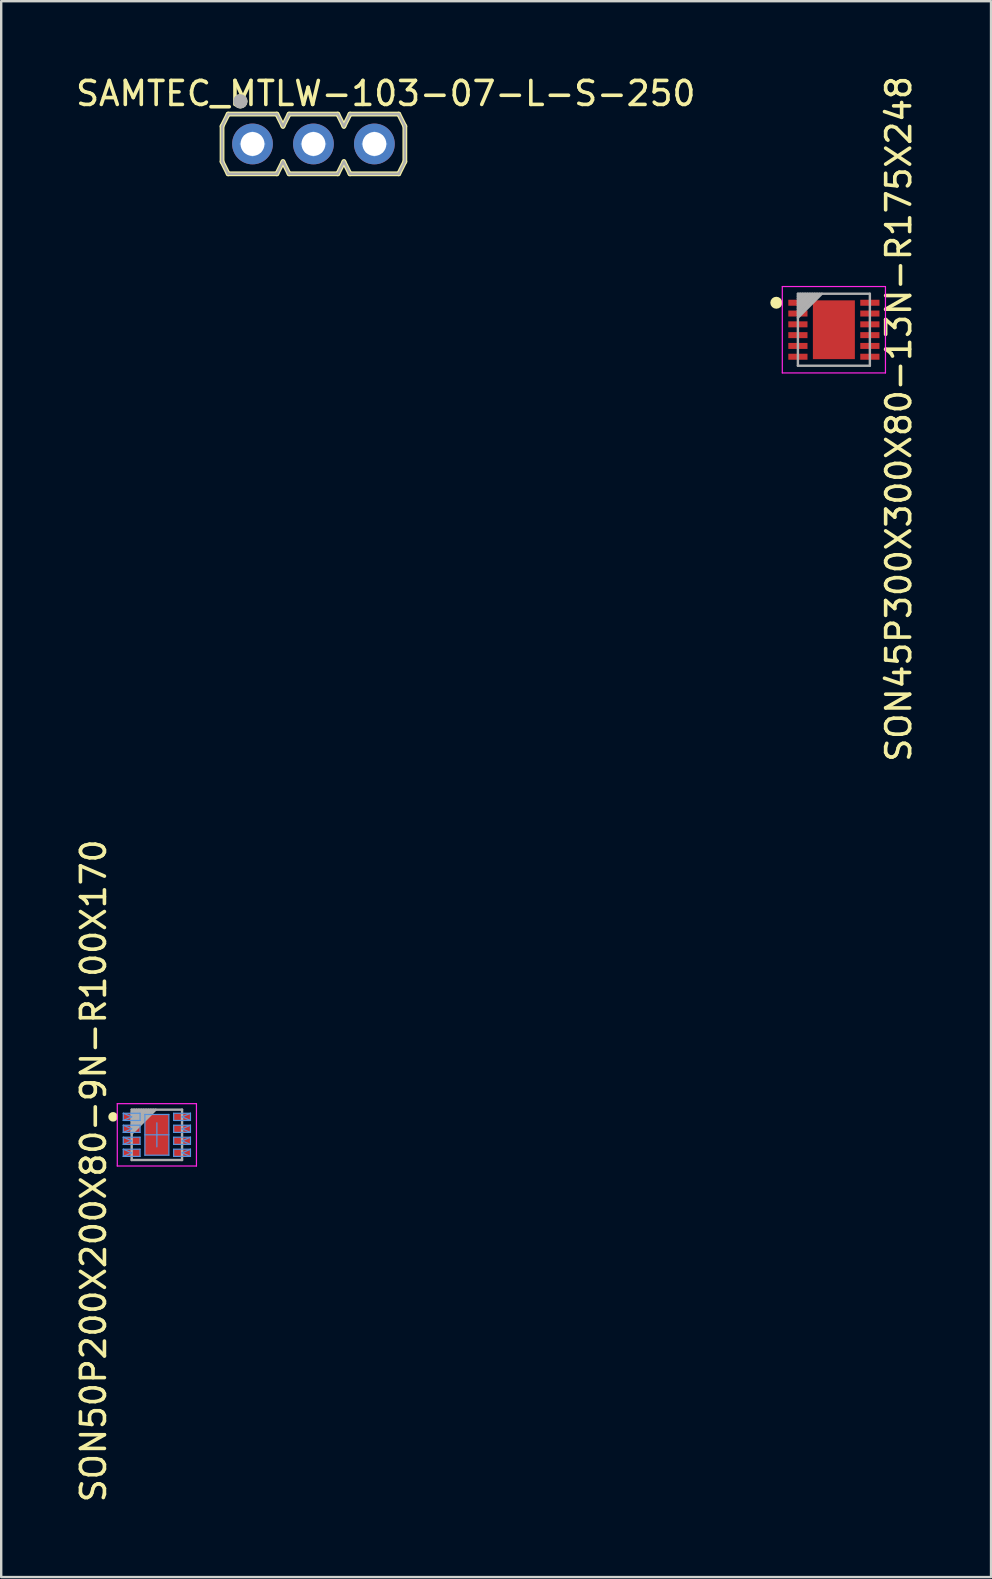
<source format=kicad_pcb>
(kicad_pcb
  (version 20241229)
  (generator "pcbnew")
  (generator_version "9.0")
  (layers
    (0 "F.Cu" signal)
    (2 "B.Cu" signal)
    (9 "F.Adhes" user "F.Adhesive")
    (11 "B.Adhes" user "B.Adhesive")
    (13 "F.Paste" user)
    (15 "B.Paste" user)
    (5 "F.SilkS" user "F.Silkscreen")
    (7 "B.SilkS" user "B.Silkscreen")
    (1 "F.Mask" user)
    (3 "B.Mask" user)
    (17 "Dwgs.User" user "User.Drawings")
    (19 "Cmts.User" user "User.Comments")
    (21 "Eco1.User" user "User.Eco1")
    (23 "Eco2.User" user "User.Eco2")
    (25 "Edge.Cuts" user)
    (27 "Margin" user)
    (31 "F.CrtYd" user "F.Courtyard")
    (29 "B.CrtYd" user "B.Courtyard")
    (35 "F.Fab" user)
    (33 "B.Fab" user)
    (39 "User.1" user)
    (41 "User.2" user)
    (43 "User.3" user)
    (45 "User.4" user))
  (footprint "SON50P200X200X80-9N-R100X170"
    (layer "F.Cu")
    (at 3.489 44.255)
    (property "Reference" "SON50P200X200X80-9N-R100X170" (at -2.641 1.501 270) (layer "F.SilkS") (effects (font (size 1 1) (thickness 0.15))))
    (attr smd)
    (fp_circle (center -1.825 -0.75) (end -1.725 -0.75) (stroke (width 0.2) (type solid)) (fill no) (layer "F.SilkS"))
    (fp_line (start -1.4 -0.9) (end -1.05 -0.75) (stroke (width 0.05) (type solid)) (layer "Cmts.User"))
    (fp_line (start -1.4 -0.9) (end -0.7 -0.9) (stroke (width 0.05) (type solid)) (layer "Cmts.User"))
    (fp_line (start -1.4 -0.6) (end -1.4 -0.9) (stroke (width 0.05) (type solid)) (layer "Cmts.User"))
    (fp_line (start -1.4 -0.6) (end -1.05 -0.75) (stroke (width 0.05) (type solid)) (layer "Cmts.User"))
    (fp_line (start -1.4 -0.6) (end -0.7 -0.6) (stroke (width 0.05) (type solid)) (layer "Cmts.User"))
    (fp_line (start -1.4 -0.4) (end -1.05 -0.25) (stroke (width 0.05) (type solid)) (layer "Cmts.User"))
    (fp_line (start -1.4 -0.4) (end -0.7 -0.4) (stroke (width 0.05) (type solid)) (layer "Cmts.User"))
    (fp_line (start -1.4 -0.1) (end -1.4 -0.4) (stroke (width 0.05) (type solid)) (layer "Cmts.User"))
    (fp_line (start -1.4 -0.1) (end -1.05 -0.25) (stroke (width 0.05) (type solid)) (layer "Cmts.User"))
    (fp_line (start -1.4 -0.1) (end -0.7 -0.1) (stroke (width 0.05) (type solid)) (layer "Cmts.User"))
    (fp_line (start -1.4 0.1) (end -1.05 0.25) (stroke (width 0.05) (type solid)) (layer "Cmts.User"))
    (fp_line (start -1.4 0.1) (end -0.7 0.1) (stroke (width 0.05) (type solid)) (layer "Cmts.User"))
    (fp_line (start -1.4 0.4) (end -1.4 0.1) (stroke (width 0.05) (type solid)) (layer "Cmts.User"))
    (fp_line (start -1.4 0.4) (end -1.05 0.25) (stroke (width 0.05) (type solid)) (layer "Cmts.User"))
    (fp_line (start -1.4 0.4) (end -0.7 0.4) (stroke (width 0.05) (type solid)) (layer "Cmts.User"))
    (fp_line (start -1.4 0.6) (end -1.05 0.75) (stroke (width 0.05) (type solid)) (layer "Cmts.User"))
    (fp_line (start -1.4 0.6) (end -0.7 0.6) (stroke (width 0.05) (type solid)) (layer "Cmts.User"))
    (fp_line (start -1.4 0.9) (end -1.4 0.6) (stroke (width 0.05) (type solid)) (layer "Cmts.User"))
    (fp_line (start -1.4 0.9) (end -1.05 0.75) (stroke (width 0.05) (type solid)) (layer "Cmts.User"))
    (fp_line (start -1.4 0.9) (end -0.7 0.9) (stroke (width 0.05) (type solid)) (layer "Cmts.User"))
    (fp_line (start -0.7 -0.6) (end -0.7 -0.9) (stroke (width 0.05) (type solid)) (layer "Cmts.User"))
    (fp_line (start -0.7 -0.1) (end -0.7 -0.4) (stroke (width 0.05) (type solid)) (layer "Cmts.User"))
    (fp_line (start -0.7 0.4) (end -0.7 0.1) (stroke (width 0.05) (type solid)) (layer "Cmts.User"))
    (fp_line (start -0.7 0.9) (end -0.7 0.6) (stroke (width 0.05) (type solid)) (layer "Cmts.User"))
    (fp_line (start -0.5 -0.85) (end 0.5 -0.85) (stroke (width 0.05) (type solid)) (layer "Cmts.User"))
    (fp_line (start -0.5 0) (end 0 0) (stroke (width 0.05) (type solid)) (layer "Cmts.User"))
    (fp_line (start -0.5 0.85) (end -0.5 -0.85) (stroke (width 0.05) (type solid)) (layer "Cmts.User"))
    (fp_line (start -0.5 0.85) (end 0.5 0.85) (stroke (width 0.05) (type solid)) (layer "Cmts.User"))
    (fp_line (start 0 0) (end 0 -0.5) (stroke (width 0.05) (type solid)) (layer "Cmts.User"))
    (fp_line (start 0 0) (end 0.5 0) (stroke (width 0.05) (type solid)) (layer "Cmts.User"))
    (fp_line (start 0 0.5) (end 0 0) (stroke (width 0.05) (type solid)) (layer "Cmts.User"))
    (fp_line (start 0.5 0.85) (end 0.5 -0.85) (stroke (width 0.05) (type solid)) (layer "Cmts.User"))
    (fp_line (start 0.7 -0.9) (end 1.4 -0.9) (stroke (width 0.05) (type solid)) (layer "Cmts.User"))
    (fp_line (start 0.7 -0.6) (end 0.7 -0.9) (stroke (width 0.05) (type solid)) (layer "Cmts.User"))
    (fp_line (start 0.7 -0.6) (end 1.4 -0.6) (stroke (width 0.05) (type solid)) (layer "Cmts.User"))
    (fp_line (start 0.7 -0.4) (end 1.4 -0.4) (stroke (width 0.05) (type solid)) (layer "Cmts.User"))
    (fp_line (start 0.7 -0.1) (end 0.7 -0.4) (stroke (width 0.05) (type solid)) (layer "Cmts.User"))
    (fp_line (start 0.7 -0.1) (end 1.4 -0.1) (stroke (width 0.05) (type solid)) (layer "Cmts.User"))
    (fp_line (start 0.7 0.1) (end 1.4 0.1) (stroke (width 0.05) (type solid)) (layer "Cmts.User"))
    (fp_line (start 0.7 0.4) (end 0.7 0.1) (stroke (width 0.05) (type solid)) (layer "Cmts.User"))
    (fp_line (start 0.7 0.4) (end 1.4 0.4) (stroke (width 0.05) (type solid)) (layer "Cmts.User"))
    (fp_line (start 0.7 0.6) (end 1.4 0.6) (stroke (width 0.05) (type solid)) (layer "Cmts.User"))
    (fp_line (start 0.7 0.9) (end 0.7 0.6) (stroke (width 0.05) (type solid)) (layer "Cmts.User"))
    (fp_line (start 0.7 0.9) (end 1.4 0.9) (stroke (width 0.05) (type solid)) (layer "Cmts.User"))
    (fp_line (start 1.05 -0.75) (end 1.4 -0.9) (stroke (width 0.05) (type solid)) (layer "Cmts.User"))
    (fp_line (start 1.05 -0.75) (end 1.4 -0.6) (stroke (width 0.05) (type solid)) (layer "Cmts.User"))
    (fp_line (start 1.05 -0.25) (end 1.4 -0.4) (stroke (width 0.05) (type solid)) (layer "Cmts.User"))
    (fp_line (start 1.05 -0.25) (end 1.4 -0.1) (stroke (width 0.05) (type solid)) (layer "Cmts.User"))
    (fp_line (start 1.05 0.25) (end 1.4 0.1) (stroke (width 0.05) (type solid)) (layer "Cmts.User"))
    (fp_line (start 1.05 0.25) (end 1.4 0.4) (stroke (width 0.05) (type solid)) (layer "Cmts.User"))
    (fp_line (start 1.05 0.75) (end 1.4 0.6) (stroke (width 0.05) (type solid)) (layer "Cmts.User"))
    (fp_line (start 1.05 0.75) (end 1.4 0.9) (stroke (width 0.05) (type solid)) (layer "Cmts.User"))
    (fp_line (start 1.4 -0.6) (end 1.4 -0.9) (stroke (width 0.05) (type solid)) (layer "Cmts.User"))
    (fp_line (start 1.4 -0.1) (end 1.4 -0.4) (stroke (width 0.05) (type solid)) (layer "Cmts.User"))
    (fp_line (start 1.4 0.4) (end 1.4 0.1) (stroke (width 0.05) (type solid)) (layer "Cmts.User"))
    (fp_line (start 1.4 0.9) (end 1.4 0.6) (stroke (width 0.05) (type solid)) (layer "Cmts.User"))
    (fp_line (start -1.65 -1.3) (end 1.65 -1.3) (stroke (width 0.05) (type solid)) (layer "F.CrtYd"))
    (fp_line (start -1.65 1.3) (end -1.65 -1.3) (stroke (width 0.05) (type solid)) (layer "F.CrtYd"))
    (fp_line (start -1.65 1.3) (end 1.65 1.3) (stroke (width 0.05) (type solid)) (layer "F.CrtYd"))
    (fp_line (start 1.65 1.3) (end 1.65 -1.3) (stroke (width 0.05) (type solid)) (layer "F.CrtYd"))
    (fp_line (start -1.05 -1.05) (end 1.05 -1.05) (stroke (width 0.1) (type solid)) (layer "F.Fab"))
    (fp_line (start -1.05 -0.95) (end -0.95 -1.05) (stroke (width 0.1) (type solid)) (layer "F.Fab"))
    (fp_line (start -1.05 -0.85) (end -0.85 -1.05) (stroke (width 0.1) (type solid)) (layer "F.Fab"))
    (fp_line (start -1.05 -0.75) (end -0.75 -1.05) (stroke (width 0.1) (type solid)) (layer "F.Fab"))
    (fp_line (start -1.05 -0.65) (end -0.65 -1.05) (stroke (width 0.1) (type solid)) (layer "F.Fab"))
    (fp_line (start -1.05 -0.55) (end -0.55 -1.05) (stroke (width 0.1) (type solid)) (layer "F.Fab"))
    (fp_line (start -1.05 -0.45) (end -0.45 -1.05) (stroke (width 0.1) (type solid)) (layer "F.Fab"))
    (fp_line (start -1.05 -0.35) (end -0.35 -1.05) (stroke (width 0.1) (type solid)) (layer "F.Fab"))
    (fp_line (start -1.05 -0.25) (end -0.25 -1.05) (stroke (width 0.1) (type solid)) (layer "F.Fab"))
    (fp_line (start -1.05 -0.15) (end -0.15 -1.05) (stroke (width 0.1) (type solid)) (layer "F.Fab"))
    (fp_line (start -1.05 -0.05) (end -0.05 -1.05) (stroke (width 0.1) (type solid)) (layer "F.Fab"))
    (fp_line (start -1.05 1.05) (end -1.05 -1.05) (stroke (width 0.1) (type solid)) (layer "F.Fab"))
    (fp_line (start -1.05 1.05) (end 1.05 1.05) (stroke (width 0.1) (type solid)) (layer "F.Fab"))
    (fp_line (start 1.05 1.05) (end 1.05 -1.05) (stroke (width 0.1) (type solid)) (layer "F.Fab"))
    (pad "1" smd rect (at -1.05 -0.75) (size 0.7 0.3) (layers "F.Cu" "F.Mask" "F.Paste"))
    (pad "2" smd rect (at -1.05 -0.25) (size 0.7 0.3) (layers "F.Cu" "F.Mask" "F.Paste"))
    (pad "3" smd rect (at -1.05 0.25) (size 0.7 0.3) (layers "F.Cu" "F.Mask" "F.Paste"))
    (pad "4" smd rect (at -1.05 0.75) (size 0.7 0.3) (layers "F.Cu" "F.Mask" "F.Paste"))
    (pad "5" smd rect (at 1.05 0.75) (size 0.7 0.3) (layers "F.Cu" "F.Mask" "F.Paste"))
    (pad "6" smd rect (at 1.05 0.25) (size 0.7 0.3) (layers "F.Cu" "F.Mask" "F.Paste"))
    (pad "7" smd rect (at 1.05 -0.25) (size 0.7 0.3) (layers "F.Cu" "F.Mask" "F.Paste"))
    (pad "8" smd rect (at 1.05 -0.75) (size 0.7 0.3) (layers "F.Cu" "F.Mask" "F.Paste"))
    (pad "9" smd rect (at 0 0 180) (size 1 1.7) (layers "F.Cu" "F.Mask" "F.Paste")))
  (footprint "SON45P300X300X80-13N-R175X248"
    (layer "F.Cu")
    (at 31.71 10.695)
    (property "Reference" "SON45P300X300X80-13N-R175X248" (at 2.703 3.716 270) (layer "F.SilkS") (effects (font (size 1 1) (thickness 0.15))))
    (attr smd)
    (fp_line (start -0.5 0) (end 0.5 0) (stroke (width 0.05) (type solid)) (layer "F.Mask"))
    (fp_line (start 0 0.5) (end 0 -0.5) (stroke (width 0.05) (type solid)) (layer "F.Mask"))
    (fp_circle (center 0 0) (end 0.35 0) (stroke (width 0.05) (type solid)) (fill no) (layer "F.Mask"))
    (fp_circle (center -2.4 -1.125) (end -2.275 -1.125) (stroke (width 0.25) (type solid)) (fill no) (layer "F.SilkS"))
    (fp_line (start -2.15 -1.8) (end 2.15 -1.8) (stroke (width 0.05) (type solid)) (layer "F.CrtYd"))
    (fp_line (start -2.15 1.8) (end -2.15 -1.8) (stroke (width 0.05) (type solid)) (layer "F.CrtYd"))
    (fp_line (start -2.15 1.8) (end 2.15 1.8) (stroke (width 0.05) (type solid)) (layer "F.CrtYd"))
    (fp_line (start 2.15 1.8) (end 2.15 -1.8) (stroke (width 0.05) (type solid)) (layer "F.CrtYd"))
    (fp_line (start -1.5 -1.5) (end 1.5 -1.5) (stroke (width 0.1) (type solid)) (layer "F.Fab"))
    (fp_line (start -1.5 -1.4) (end -1.4 -1.5) (stroke (width 0.1) (type solid)) (layer "F.Fab"))
    (fp_line (start -1.5 -1.3) (end -1.3 -1.5) (stroke (width 0.1) (type solid)) (layer "F.Fab"))
    (fp_line (start -1.5 -1.2) (end -1.2 -1.5) (stroke (width 0.1) (type solid)) (layer "F.Fab"))
    (fp_line (start -1.5 -1.1) (end -1.1 -1.5) (stroke (width 0.1) (type solid)) (layer "F.Fab"))
    (fp_line (start -1.5 -1) (end -1 -1.5) (stroke (width 0.1) (type solid)) (layer "F.Fab"))
    (fp_line (start -1.5 -0.9) (end -0.9 -1.5) (stroke (width 0.1) (type solid)) (layer "F.Fab"))
    (fp_line (start -1.5 -0.8) (end -0.8 -1.5) (stroke (width 0.1) (type solid)) (layer "F.Fab"))
    (fp_line (start -1.5 -0.7) (end -0.7 -1.5) (stroke (width 0.1) (type solid)) (layer "F.Fab"))
    (fp_line (start -1.5 -0.6) (end -0.6 -1.5) (stroke (width 0.1) (type solid)) (layer "F.Fab"))
    (fp_line (start -1.5 -0.5) (end -0.5 -1.5) (stroke (width 0.1) (type solid)) (layer "F.Fab"))
    (fp_line (start -1.5 1.5) (end -1.5 -1.5) (stroke (width 0.1) (type solid)) (layer "F.Fab"))
    (fp_line (start -1.5 1.5) (end 1.5 1.5) (stroke (width 0.1) (type solid)) (layer "F.Fab"))
    (fp_line (start 1.5 1.5) (end 1.5 -1.5) (stroke (width 0.1) (type solid)) (layer "F.Fab"))
    (pad "1" smd rect (at -1.5 -1.125) (size 0.8 0.25) (layers "F.Cu" "F.Mask" "F.Paste"))
    (pad "2" smd rect (at -1.5 -0.675) (size 0.8 0.25) (layers "F.Cu" "F.Mask" "F.Paste"))
    (pad "3" smd rect (at -1.5 -0.225) (size 0.8 0.25) (layers "F.Cu" "F.Mask" "F.Paste"))
    (pad "4" smd rect (at -1.5 0.225) (size 0.8 0.25) (layers "F.Cu" "F.Mask" "F.Paste"))
    (pad "5" smd rect (at -1.5 0.675) (size 0.8 0.25) (layers "F.Cu" "F.Mask" "F.Paste"))
    (pad "6" smd rect (at -1.5 1.125) (size 0.8 0.25) (layers "F.Cu" "F.Mask" "F.Paste"))
    (pad "7" smd rect (at 1.5 1.125) (size 0.8 0.25) (layers "F.Cu" "F.Mask" "F.Paste"))
    (pad "8" smd rect (at 1.5 0.675) (size 0.8 0.25) (layers "F.Cu" "F.Mask" "F.Paste"))
    (pad "9" smd rect (at 1.5 0.225) (size 0.8 0.25) (layers "F.Cu" "F.Mask" "F.Paste"))
    (pad "10" smd rect (at 1.5 -0.225) (size 0.8 0.25) (layers "F.Cu" "F.Mask" "F.Paste"))
    (pad "11" smd rect (at 1.5 -0.675) (size 0.8 0.25) (layers "F.Cu" "F.Mask" "F.Paste"))
    (pad "12" smd rect (at 1.5 -1.125) (size 0.8 0.25) (layers "F.Cu" "F.Mask" "F.Paste"))
    (pad "13" smd rect (at 0 0 90) (size 2.45 1.75) (layers "F.Cu" "F.Mask" "F.Paste")))
  (footprint "SAMTEC_MTLW-103-07-L-S-250"
    (layer "F.Cu")
    (at 7.476 2.951)
    (property "Reference" "SAMTEC_MTLW-103-07-L-S-250" (at 5.554 -2.103 0) (layer "F.SilkS") (effects (font (size 1 1) (thickness 0.15))))
    (attr through_hole)
    (fp_line (start -1.27 -0.737) (end -1.016 -1.245) (stroke (width 0.2) (type solid)) (layer "F.SilkS"))
    (fp_line (start -1.27 0.737) (end -1.27 -0.737) (stroke (width 0.2) (type solid)) (layer "F.SilkS"))
    (fp_line (start -1.27 0.737) (end -1.016 1.245) (stroke (width 0.2) (type solid)) (layer "F.SilkS"))
    (fp_line (start -1.016 -1.245) (end 1.016 -1.245) (stroke (width 0.2) (type solid)) (layer "F.SilkS"))
    (fp_line (start -1.016 1.245) (end 1.016 1.245) (stroke (width 0.2) (type solid)) (layer "F.SilkS"))
    (fp_line (start 1.016 -1.245) (end 1.27 -0.737) (stroke (width 0.2) (type solid)) (layer "F.SilkS"))
    (fp_line (start 1.016 1.245) (end 1.27 0.737) (stroke (width 0.2) (type solid)) (layer "F.SilkS"))
    (fp_line (start 1.27 -0.737) (end 1.524 -1.245) (stroke (width 0.2) (type solid)) (layer "F.SilkS"))
    (fp_line (start 1.27 0.737) (end 1.524 1.245) (stroke (width 0.2) (type solid)) (layer "F.SilkS"))
    (fp_line (start 1.524 -1.245) (end 3.556 -1.245) (stroke (width 0.2) (type solid)) (layer "F.SilkS"))
    (fp_line (start 1.524 1.245) (end 3.556 1.245) (stroke (width 0.2) (type solid)) (layer "F.SilkS"))
    (fp_line (start 3.556 -1.245) (end 3.81 -0.737) (stroke (width 0.2) (type solid)) (layer "F.SilkS"))
    (fp_line (start 3.556 1.245) (end 3.81 0.737) (stroke (width 0.2) (type solid)) (layer "F.SilkS"))
    (fp_line (start 3.81 -0.737) (end 4.064 -1.245) (stroke (width 0.2) (type solid)) (layer "F.SilkS"))
    (fp_line (start 3.81 0.737) (end 4.064 1.245) (stroke (width 0.2) (type solid)) (layer "F.SilkS"))
    (fp_line (start 4.064 -1.245) (end 6.096 -1.245) (stroke (width 0.2) (type solid)) (layer "F.SilkS"))
    (fp_line (start 4.064 1.245) (end 6.096 1.245) (stroke (width 0.2) (type solid)) (layer "F.SilkS"))
    (fp_line (start 6.096 -1.245) (end 6.35 -0.737) (stroke (width 0.2) (type solid)) (layer "F.SilkS"))
    (fp_line (start 6.096 1.245) (end 6.35 0.737) (stroke (width 0.2) (type solid)) (layer "F.SilkS"))
    (fp_line (start 6.35 0.737) (end 6.35 -0.737) (stroke (width 0.2) (type solid)) (layer "F.SilkS"))
    (fp_circle (center -0.508 -1.778) (end -0.358 -1.778) (stroke (width 0.3) (type solid)) (fill no) (layer "F.SilkS"))
    (fp_line (start -0.5 0) (end 0 0) (stroke (width 0.1) (type solid)) (layer "Cmts.User"))
    (fp_line (start 0 0) (end 0 -0.5) (stroke (width 0.1) (type solid)) (layer "Cmts.User"))
    (fp_line (start 0 0) (end 0.5 0) (stroke (width 0.1) (type solid)) (layer "Cmts.User"))
    (fp_line (start 0 0.5) (end 0 0) (stroke (width 0.1) (type solid)) (layer "Cmts.User"))
    (fp_line (start 2.04 0) (end 2.54 0) (stroke (width 0.1) (type solid)) (layer "Cmts.User"))
    (fp_line (start 2.54 0) (end 2.54 -0.5) (stroke (width 0.1) (type solid)) (layer "Cmts.User"))
    (fp_line (start 2.54 0) (end 3.04 0) (stroke (width 0.1) (type solid)) (layer "Cmts.User"))
    (fp_line (start 2.54 0.5) (end 2.54 0) (stroke (width 0.1) (type solid)) (layer "Cmts.User"))
    (fp_line (start 4.58 0) (end 5.08 0) (stroke (width 0.1) (type solid)) (layer "Cmts.User"))
    (fp_line (start 5.08 0) (end 5.08 -0.5) (stroke (width 0.1) (type solid)) (layer "Cmts.User"))
    (fp_line (start 5.08 0) (end 5.58 0) (stroke (width 0.1) (type solid)) (layer "Cmts.User"))
    (fp_line (start 5.08 0.5) (end 5.08 0) (stroke (width 0.1) (type solid)) (layer "Cmts.User"))
    (fp_line (start -1.27 -0.737) (end -1.016 -1.245) (stroke (width 0.1) (type solid)) (layer "F.Fab"))
    (fp_line (start -1.27 0.737) (end -1.27 -0.737) (stroke (width 0.1) (type solid)) (layer "F.Fab"))
    (fp_line (start -1.27 0.737) (end -1.016 1.245) (stroke (width 0.1) (type solid)) (layer "F.Fab"))
    (fp_line (start -1.016 -1.245) (end 1.016 -1.245) (stroke (width 0.1) (type solid)) (layer "F.Fab"))
    (fp_line (start -1.016 1.245) (end 1.016 1.245) (stroke (width 0.1) (type solid)) (layer "F.Fab"))
    (fp_line (start -0.317 -0.318) (end 0.318 -0.318) (stroke (width 0.1) (type solid)) (layer "F.Fab"))
    (fp_line (start -0.317 0.318) (end -0.317 -0.318) (stroke (width 0.1) (type solid)) (layer "F.Fab"))
    (fp_line (start -0.317 0.318) (end 0.318 0.318) (stroke (width 0.1) (type solid)) (layer "F.Fab"))
    (fp_line (start 0.318 0.318) (end 0.318 -0.318) (stroke (width 0.1) (type solid)) (layer "F.Fab"))
    (fp_line (start 1.016 -1.245) (end 1.27 -0.737) (stroke (width 0.1) (type solid)) (layer "F.Fab"))
    (fp_line (start 1.016 1.245) (end 1.27 0.737) (stroke (width 0.1) (type solid)) (layer "F.Fab"))
    (fp_line (start 1.27 -0.737) (end 1.524 -1.245) (stroke (width 0.1) (type solid)) (layer "F.Fab"))
    (fp_line (start 1.27 0.737) (end 1.524 1.245) (stroke (width 0.1) (type solid)) (layer "F.Fab"))
    (fp_line (start 1.524 -1.245) (end 3.556 -1.245) (stroke (width 0.1) (type solid)) (layer "F.Fab"))
    (fp_line (start 1.524 1.245) (end 3.556 1.245) (stroke (width 0.1) (type solid)) (layer "F.Fab"))
    (fp_line (start 2.223 -0.318) (end 2.858 -0.318) (stroke (width 0.1) (type solid)) (layer "F.Fab"))
    (fp_line (start 2.223 0.318) (end 2.223 -0.318) (stroke (width 0.1) (type solid)) (layer "F.Fab"))
    (fp_line (start 2.223 0.318) (end 2.858 0.318) (stroke (width 0.1) (type solid)) (layer "F.Fab"))
    (fp_line (start 2.858 0.318) (end 2.858 -0.318) (stroke (width 0.1) (type solid)) (layer "F.Fab"))
    (fp_line (start 3.556 -1.245) (end 3.81 -0.737) (stroke (width 0.1) (type solid)) (layer "F.Fab"))
    (fp_line (start 3.556 1.245) (end 3.81 0.737) (stroke (width 0.1) (type solid)) (layer "F.Fab"))
    (fp_line (start 3.81 -0.737) (end 4.064 -1.245) (stroke (width 0.1) (type solid)) (layer "F.Fab"))
    (fp_line (start 3.81 0.737) (end 4.064 1.245) (stroke (width 0.1) (type solid)) (layer "F.Fab"))
    (fp_line (start 4.064 -1.245) (end 6.096 -1.245) (stroke (width 0.1) (type solid)) (layer "F.Fab"))
    (fp_line (start 4.064 1.245) (end 6.096 1.245) (stroke (width 0.1) (type solid)) (layer "F.Fab"))
    (fp_line (start 4.763 -0.318) (end 5.398 -0.318) (stroke (width 0.1) (type solid)) (layer "F.Fab"))
    (fp_line (start 4.763 0.318) (end 4.763 -0.318) (stroke (width 0.1) (type solid)) (layer "F.Fab"))
    (fp_line (start 4.763 0.318) (end 5.398 0.318) (stroke (width 0.1) (type solid)) (layer "F.Fab"))
    (fp_line (start 5.398 0.318) (end 5.398 -0.318) (stroke (width 0.1) (type solid)) (layer "F.Fab"))
    (fp_line (start 6.096 -1.245) (end 6.35 -0.737) (stroke (width 0.1) (type solid)) (layer "F.Fab"))
    (fp_line (start 6.096 1.245) (end 6.35 0.737) (stroke (width 0.1) (type solid)) (layer "F.Fab"))
    (fp_line (start 6.35 0.737) (end 6.35 -0.737) (stroke (width 0.1) (type solid)) (layer "F.Fab"))
    (fp_circle (center -0.508 -1.778) (end -0.358 -1.778) (stroke (width 0.3) (type solid)) (fill no) (layer "F.Fab"))
    (pad "1" thru_hole circle (at 0 0) (size 1.7 1.7) (drill 1) (layers "*.Cu" "*.Mask"))
    (pad "2" thru_hole circle (at 2.54 0) (size 1.7 1.7) (drill 1) (layers "*.Cu" "*.Mask"))
    (pad "3" thru_hole circle (at 5.08 0) (size 1.7 1.7) (drill 1) (layers "*.Cu" "*.Mask")))
  (gr_rect
    (start -3 -3)
    (end 38.261 62.69)
    (stroke (width 0.1) (type default))
    (fill no)
    (layer "Edge.Cuts")))
</source>
